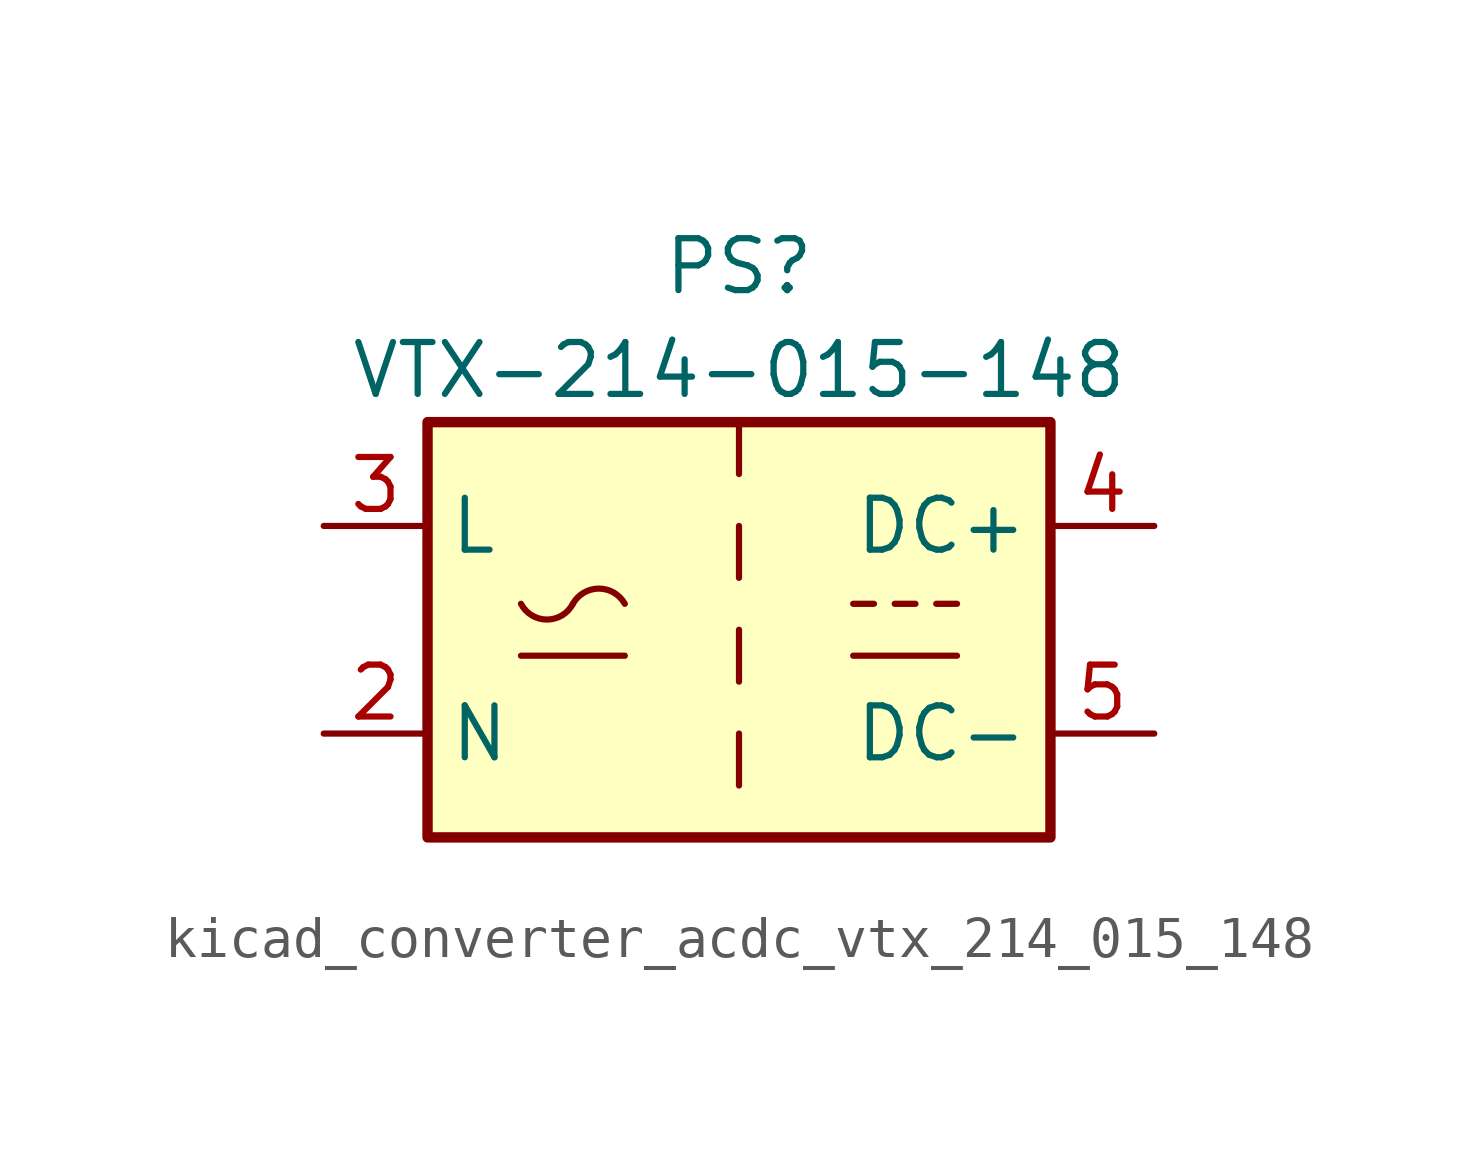
<source format=kicad_sym>
(kicad_symbol_lib
  (version 20220914)
  (generator kicad_symbol_editor)
  (symbol "kicad_converter_acdc_vtx_214_015_148"
    (property "Reference" "PS"
      (at 0 8.89 0)
      (effects (font (size 1.27 1.27))))
    (property "Value" "VTX-214-015-148"
      (at 0 6.35 0)
      (effects (font (size 1.27 1.27))))
    (symbol "kicad_converter_acdc_vtx_214_015_148_0_1"
      (rectangle (start -7.62 5.08) (end 7.62 -5.08) (stroke (width 0.254) (type default)) (fill (type background)))
      (arc (start -5.334 0.635) (mid -4.699 0.2495) (end -4.064 0.635) (stroke (width 0) (type default)) (fill (type none)))
      (arc (start -2.794 0.635) (mid -3.429 1.0072) (end -4.064 0.635) (stroke (width 0) (type default)) (fill (type none)))
      (polyline (pts (xy -5.334 -0.635) (xy -2.794 -0.635)) (stroke (width 0) (type default)) (fill (type none)))
      (polyline (pts (xy 2.794 -0.635) (xy 5.334 -0.635)) (stroke (width 0) (type default)) (fill (type none)))
      (polyline (pts (xy 2.794 0.635) (xy 3.302 0.635)) (stroke (width 0) (type default)) (fill (type none)))
      (polyline (pts (xy 3.81 0.635) (xy 4.318 0.635)) (stroke (width 0) (type default)) (fill (type none)))
      (polyline (pts (xy 4.826 0.635) (xy 5.334 0.635)) (stroke (width 0) (type default)) (fill (type none))))
    (symbol "kicad_converter_acdc_vtx_214_015_148_1_1"
      (polyline (pts (xy 0 -2.54) (xy 0 -3.81)) (stroke (width 0) (type default)) (fill (type none)))
      (polyline (pts (xy 0 0) (xy 0 -1.27)) (stroke (width 0) (type default)) (fill (type none)))
      (polyline (pts (xy 0 2.54) (xy 0 1.27)) (stroke (width 0) (type default)) (fill (type none)))
      (polyline (pts (xy 0 5.08) (xy 0 3.81)) (stroke (width 0) (type default)) (fill (type none)))
      (pin no_connect line (at 0 -5.08 90) (length 2.54) hide (name "FG" (effects (font (size 1.27 1.27)))) (number "1" (effects (font (size 1.27 1.27)))))
      (pin power_in line (at -10.16 -2.54 0) (length 2.54) (name "N" (effects (font (size 1.27 1.27)))) (number "2" (effects (font (size 1.27 1.27)))))
      (pin power_in line (at -10.16 2.54 0) (length 2.54) (name "L" (effects (font (size 1.27 1.27)))) (number "3" (effects (font (size 1.27 1.27)))))
      (pin power_out line (at 10.16 2.54 180) (length 2.54) (name "DC+" (effects (font (size 1.27 1.27)))) (number "4" (effects (font (size 1.27 1.27)))))
      (pin power_out line (at 10.16 -2.54 180) (length 2.54) (name "DC-" (effects (font (size 1.27 1.27)))) (number "5" (effects (font (size 1.27 1.27))))))))
</source>
